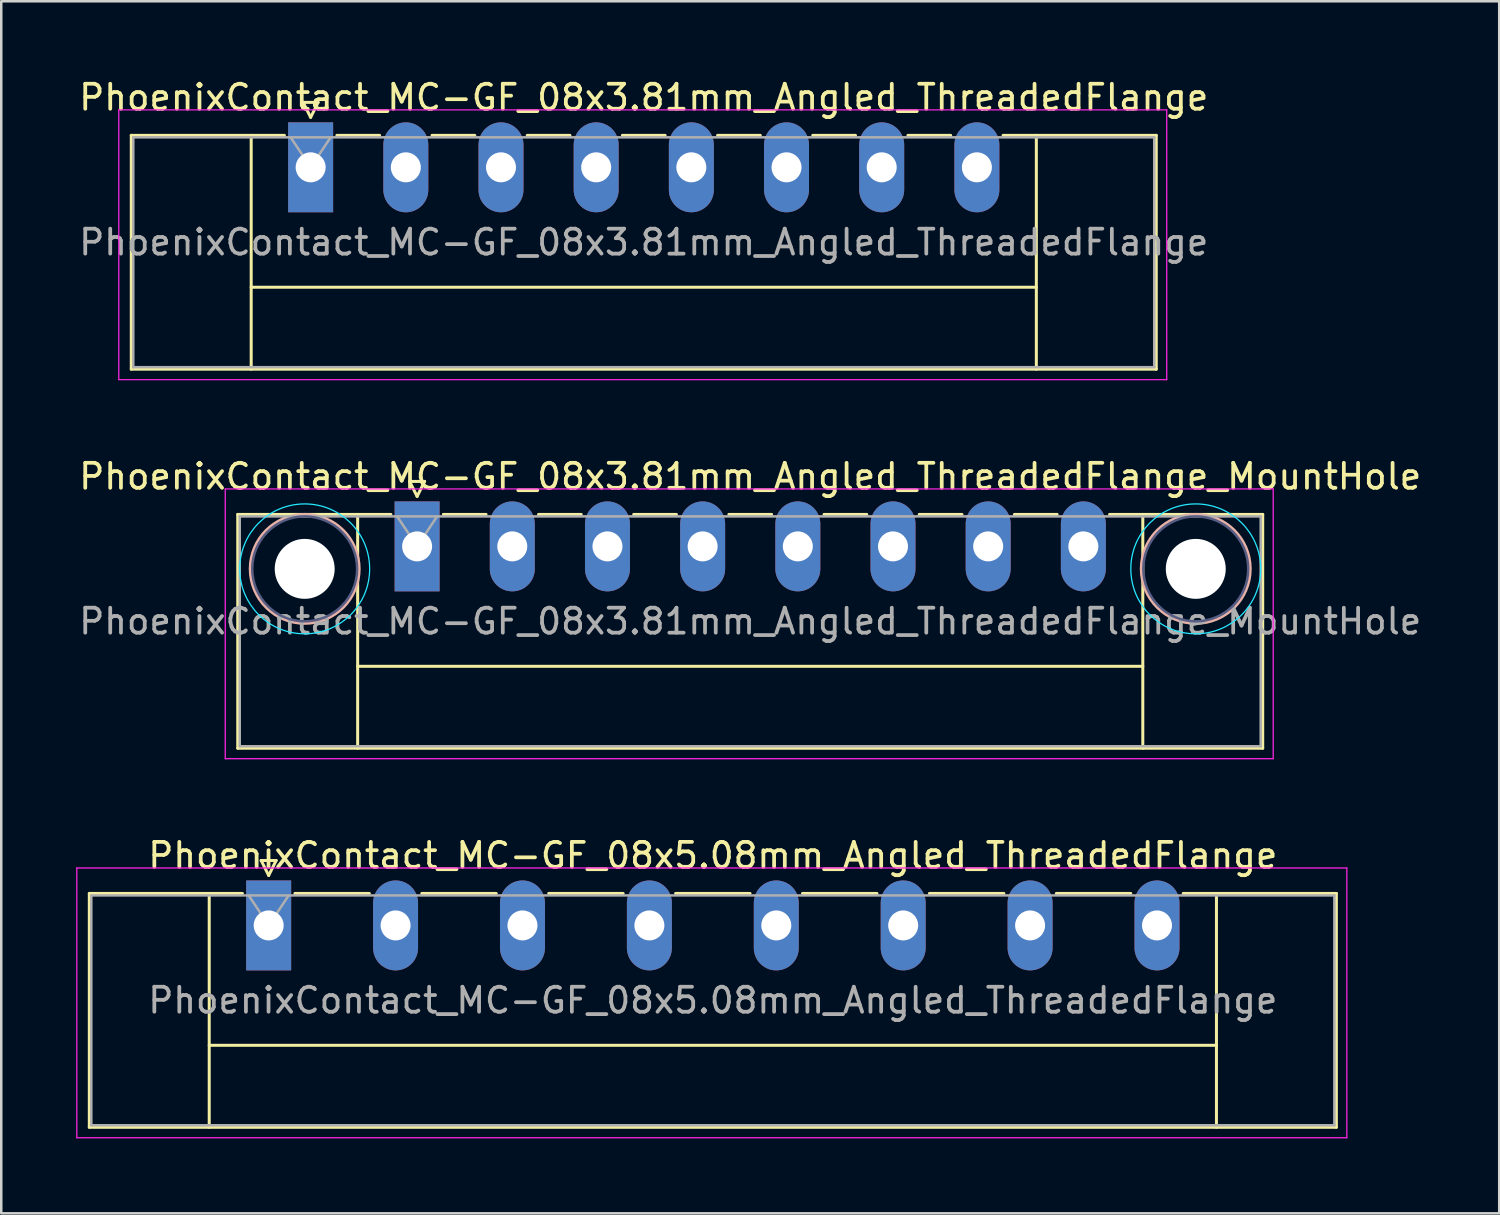
<source format=kicad_pcb>
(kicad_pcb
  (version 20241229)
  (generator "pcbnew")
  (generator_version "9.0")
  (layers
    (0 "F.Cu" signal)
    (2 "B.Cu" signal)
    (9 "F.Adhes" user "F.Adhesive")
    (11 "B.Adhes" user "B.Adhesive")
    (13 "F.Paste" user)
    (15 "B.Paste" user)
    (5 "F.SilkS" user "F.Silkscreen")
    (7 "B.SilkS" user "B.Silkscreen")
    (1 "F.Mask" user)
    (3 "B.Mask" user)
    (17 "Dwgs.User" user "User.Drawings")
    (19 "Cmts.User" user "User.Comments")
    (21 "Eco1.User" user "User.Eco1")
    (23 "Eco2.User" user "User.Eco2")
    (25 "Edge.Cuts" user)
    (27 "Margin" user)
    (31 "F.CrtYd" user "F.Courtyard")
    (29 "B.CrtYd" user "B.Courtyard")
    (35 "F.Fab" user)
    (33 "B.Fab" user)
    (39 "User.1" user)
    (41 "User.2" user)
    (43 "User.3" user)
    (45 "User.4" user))
  (footprint "PhoenixContact_MC-GF_08x5.08mm_Angled_ThreadedFlange"
    (layer "F.Cu")
    (at 7.705 33.995)
    (property "Reference" "PhoenixContact_MC-GF_08x5.08mm_Angled_ThreadedFlange" (at 17.78 -2.8 0) (layer "F.SilkS") (effects (font (size 1 1) (thickness 0.15))))
    (attr through_hole)
    (fp_line (start -7.18 -1.28) (end -7.18 8.08) (stroke (width 0.12) (type solid)) (layer "F.SilkS"))
    (fp_line (start -7.18 -1.28) (end -1.05 -1.28) (stroke (width 0.12) (type solid)) (layer "F.SilkS"))
    (fp_line (start -7.18 8.08) (end 42.74 8.08) (stroke (width 0.12) (type solid)) (layer "F.SilkS"))
    (fp_line (start -2.38 -1.28) (end -2.38 8.08) (stroke (width 0.12) (type solid)) (layer "F.SilkS"))
    (fp_line (start -2.38 4.8) (end 37.94 4.8) (stroke (width 0.12) (type solid)) (layer "F.SilkS"))
    (fp_line (start -0.3 -2.6) (end 0.3 -2.6) (stroke (width 0.12) (type solid)) (layer "F.SilkS"))
    (fp_line (start 0 -2) (end -0.3 -2.6) (stroke (width 0.12) (type solid)) (layer "F.SilkS"))
    (fp_line (start 0.3 -2.6) (end 0 -2) (stroke (width 0.12) (type solid)) (layer "F.SilkS"))
    (fp_line (start 1.05 -1.28) (end 4.03 -1.28) (stroke (width 0.12) (type solid)) (layer "F.SilkS"))
    (fp_line (start 6.13 -1.28) (end 9.11 -1.28) (stroke (width 0.12) (type solid)) (layer "F.SilkS"))
    (fp_line (start 11.21 -1.28) (end 14.19 -1.28) (stroke (width 0.12) (type solid)) (layer "F.SilkS"))
    (fp_line (start 16.29 -1.28) (end 19.27 -1.28) (stroke (width 0.12) (type solid)) (layer "F.SilkS"))
    (fp_line (start 21.37 -1.28) (end 24.35 -1.28) (stroke (width 0.12) (type solid)) (layer "F.SilkS"))
    (fp_line (start 26.45 -1.28) (end 29.43 -1.28) (stroke (width 0.12) (type solid)) (layer "F.SilkS"))
    (fp_line (start 31.53 -1.28) (end 34.51 -1.28) (stroke (width 0.12) (type solid)) (layer "F.SilkS"))
    (fp_line (start 37.94 -1.28) (end 37.94 8.08) (stroke (width 0.12) (type solid)) (layer "F.SilkS"))
    (fp_line (start 42.74 -1.28) (end 36.61 -1.28) (stroke (width 0.12) (type solid)) (layer "F.SilkS"))
    (fp_line (start 42.74 8.08) (end 42.74 -1.28) (stroke (width 0.12) (type solid)) (layer "F.SilkS"))
    (fp_line (start -7.68 -2.3) (end -7.68 8.5) (stroke (width 0.05) (type solid)) (layer "F.CrtYd"))
    (fp_line (start -7.68 8.5) (end 43.16 8.5) (stroke (width 0.05) (type solid)) (layer "F.CrtYd"))
    (fp_line (start 43.16 -2.3) (end -7.68 -2.3) (stroke (width 0.05) (type solid)) (layer "F.CrtYd"))
    (fp_line (start 43.16 8.5) (end 43.16 -2.3) (stroke (width 0.05) (type solid)) (layer "F.CrtYd"))
    (fp_line (start -7.1 -1.2) (end -7.1 8) (stroke (width 0.1) (type solid)) (layer "F.Fab"))
    (fp_line (start -7.1 8) (end 42.66 8) (stroke (width 0.1) (type solid)) (layer "F.Fab"))
    (fp_line (start 0 0) (end -0.8 -1.2) (stroke (width 0.1) (type solid)) (layer "F.Fab"))
    (fp_line (start 0.8 -1.2) (end 0 0) (stroke (width 0.1) (type solid)) (layer "F.Fab"))
    (fp_line (start 42.66 -1.2) (end -7.1 -1.2) (stroke (width 0.1) (type solid)) (layer "F.Fab"))
    (fp_line (start 42.66 8) (end 42.66 -1.2) (stroke (width 0.1) (type solid)) (layer "F.Fab"))
    (fp_text user "${REFERENCE}" (at 17.78 3 0) (layer "F.Fab") (effects (font (size 1 1) (thickness 0.15))))
    (pad "1" thru_hole rect (at 0 0) (size 1.8 3.6) (drill 1.2) (layers "*.Cu" "*.Mask"))
    (pad "2" thru_hole oval (at 5.08 0) (size 1.8 3.6) (drill 1.2) (layers "*.Cu" "*.Mask"))
    (pad "3" thru_hole oval (at 10.16 0) (size 1.8 3.6) (drill 1.2) (layers "*.Cu" "*.Mask"))
    (pad "4" thru_hole oval (at 15.24 0) (size 1.8 3.6) (drill 1.2) (layers "*.Cu" "*.Mask"))
    (pad "5" thru_hole oval (at 20.32 0) (size 1.8 3.6) (drill 1.2) (layers "*.Cu" "*.Mask"))
    (pad "6" thru_hole oval (at 25.4 0) (size 1.8 3.6) (drill 1.2) (layers "*.Cu" "*.Mask"))
    (pad "7" thru_hole oval (at 30.48 0) (size 1.8 3.6) (drill 1.2) (layers "*.Cu" "*.Mask"))
    (pad "8" thru_hole oval (at 35.56 0) (size 1.8 3.6) (drill 1.2) (layers "*.Cu" "*.Mask")))
  (footprint "PhoenixContact_MC-GF_08x3.81mm_Angled_ThreadedFlange"
    (layer "F.Cu")
    (at 9.385 3.648)
    (property "Reference" "PhoenixContact_MC-GF_08x3.81mm_Angled_ThreadedFlange" (at 13.335 -2.8 0) (layer "F.SilkS") (effects (font (size 1 1) (thickness 0.15))))
    (attr through_hole)
    (fp_line (start -7.18 -1.28) (end -7.18 8.08) (stroke (width 0.12) (type solid)) (layer "F.SilkS"))
    (fp_line (start -7.18 -1.28) (end -1.05 -1.28) (stroke (width 0.12) (type solid)) (layer "F.SilkS"))
    (fp_line (start -7.18 8.08) (end 33.85 8.08) (stroke (width 0.12) (type solid)) (layer "F.SilkS"))
    (fp_line (start -2.38 -1.28) (end -2.38 8.08) (stroke (width 0.12) (type solid)) (layer "F.SilkS"))
    (fp_line (start -2.38 4.8) (end 29.05 4.8) (stroke (width 0.12) (type solid)) (layer "F.SilkS"))
    (fp_line (start -0.3 -2.6) (end 0.3 -2.6) (stroke (width 0.12) (type solid)) (layer "F.SilkS"))
    (fp_line (start 0 -2) (end -0.3 -2.6) (stroke (width 0.12) (type solid)) (layer "F.SilkS"))
    (fp_line (start 0.3 -2.6) (end 0 -2) (stroke (width 0.12) (type solid)) (layer "F.SilkS"))
    (fp_line (start 1.05 -1.28) (end 2.76 -1.28) (stroke (width 0.12) (type solid)) (layer "F.SilkS"))
    (fp_line (start 4.86 -1.28) (end 6.57 -1.28) (stroke (width 0.12) (type solid)) (layer "F.SilkS"))
    (fp_line (start 8.67 -1.28) (end 10.38 -1.28) (stroke (width 0.12) (type solid)) (layer "F.SilkS"))
    (fp_line (start 12.48 -1.28) (end 14.19 -1.28) (stroke (width 0.12) (type solid)) (layer "F.SilkS"))
    (fp_line (start 16.29 -1.28) (end 18 -1.28) (stroke (width 0.12) (type solid)) (layer "F.SilkS"))
    (fp_line (start 20.1 -1.28) (end 21.81 -1.28) (stroke (width 0.12) (type solid)) (layer "F.SilkS"))
    (fp_line (start 23.91 -1.28) (end 25.62 -1.28) (stroke (width 0.12) (type solid)) (layer "F.SilkS"))
    (fp_line (start 29.05 -1.28) (end 29.05 8.08) (stroke (width 0.12) (type solid)) (layer "F.SilkS"))
    (fp_line (start 33.85 -1.28) (end 27.72 -1.28) (stroke (width 0.12) (type solid)) (layer "F.SilkS"))
    (fp_line (start 33.85 8.08) (end 33.85 -1.28) (stroke (width 0.12) (type solid)) (layer "F.SilkS"))
    (fp_line (start -7.68 -2.3) (end -7.68 8.5) (stroke (width 0.05) (type solid)) (layer "F.CrtYd"))
    (fp_line (start -7.68 8.5) (end 34.27 8.5) (stroke (width 0.05) (type solid)) (layer "F.CrtYd"))
    (fp_line (start 34.27 -2.3) (end -7.68 -2.3) (stroke (width 0.05) (type solid)) (layer "F.CrtYd"))
    (fp_line (start 34.27 8.5) (end 34.27 -2.3) (stroke (width 0.05) (type solid)) (layer "F.CrtYd"))
    (fp_line (start -7.1 -1.2) (end -7.1 8) (stroke (width 0.1) (type solid)) (layer "F.Fab"))
    (fp_line (start -7.1 8) (end 33.77 8) (stroke (width 0.1) (type solid)) (layer "F.Fab"))
    (fp_line (start 0 0) (end -0.8 -1.2) (stroke (width 0.1) (type solid)) (layer "F.Fab"))
    (fp_line (start 0.8 -1.2) (end 0 0) (stroke (width 0.1) (type solid)) (layer "F.Fab"))
    (fp_line (start 33.77 -1.2) (end -7.1 -1.2) (stroke (width 0.1) (type solid)) (layer "F.Fab"))
    (fp_line (start 33.77 8) (end 33.77 -1.2) (stroke (width 0.1) (type solid)) (layer "F.Fab"))
    (fp_text user "${REFERENCE}" (at 13.335 3 0) (layer "F.Fab") (effects (font (size 1 1) (thickness 0.15))))
    (pad "1" thru_hole rect (at 0 0) (size 1.8 3.6) (drill 1.2) (layers "*.Cu" "*.Mask"))
    (pad "2" thru_hole oval (at 3.81 0) (size 1.8 3.6) (drill 1.2) (layers "*.Cu" "*.Mask"))
    (pad "3" thru_hole oval (at 7.62 0) (size 1.8 3.6) (drill 1.2) (layers "*.Cu" "*.Mask"))
    (pad "4" thru_hole oval (at 11.43 0) (size 1.8 3.6) (drill 1.2) (layers "*.Cu" "*.Mask"))
    (pad "5" thru_hole oval (at 15.24 0) (size 1.8 3.6) (drill 1.2) (layers "*.Cu" "*.Mask"))
    (pad "6" thru_hole oval (at 19.05 0) (size 1.8 3.6) (drill 1.2) (layers "*.Cu" "*.Mask"))
    (pad "7" thru_hole oval (at 22.86 0) (size 1.8 3.6) (drill 1.2) (layers "*.Cu" "*.Mask"))
    (pad "8" thru_hole oval (at 26.67 0) (size 1.8 3.6) (drill 1.2) (layers "*.Cu" "*.Mask")))
  (footprint "PhoenixContact_MC-GF_08x3.81mm_Angled_ThreadedFlange_MountHole"
    (layer "F.Cu")
    (at 13.647 18.822)
    (property "Reference" "PhoenixContact_MC-GF_08x3.81mm_Angled_ThreadedFlange_MountHole" (at 13.335 -2.8 0) (layer "F.SilkS") (effects (font (size 1 1) (thickness 0.15))))
    (attr through_hole)
    (fp_line (start -7.18 -1.28) (end -7.18 8.08) (stroke (width 0.12) (type solid)) (layer "F.SilkS"))
    (fp_line (start -7.18 -1.28) (end -1.05 -1.28) (stroke (width 0.12) (type solid)) (layer "F.SilkS"))
    (fp_line (start -7.18 8.08) (end 33.85 8.08) (stroke (width 0.12) (type solid)) (layer "F.SilkS"))
    (fp_line (start -2.38 -1.28) (end -2.38 8.08) (stroke (width 0.12) (type solid)) (layer "F.SilkS"))
    (fp_line (start -2.38 4.8) (end 29.05 4.8) (stroke (width 0.12) (type solid)) (layer "F.SilkS"))
    (fp_line (start -0.3 -2.6) (end 0.3 -2.6) (stroke (width 0.12) (type solid)) (layer "F.SilkS"))
    (fp_line (start 0 -2) (end -0.3 -2.6) (stroke (width 0.12) (type solid)) (layer "F.SilkS"))
    (fp_line (start 0.3 -2.6) (end 0 -2) (stroke (width 0.12) (type solid)) (layer "F.SilkS"))
    (fp_line (start 1.05 -1.28) (end 2.76 -1.28) (stroke (width 0.12) (type solid)) (layer "F.SilkS"))
    (fp_line (start 4.86 -1.28) (end 6.57 -1.28) (stroke (width 0.12) (type solid)) (layer "F.SilkS"))
    (fp_line (start 8.67 -1.28) (end 10.38 -1.28) (stroke (width 0.12) (type solid)) (layer "F.SilkS"))
    (fp_line (start 12.48 -1.28) (end 14.19 -1.28) (stroke (width 0.12) (type solid)) (layer "F.SilkS"))
    (fp_line (start 16.29 -1.28) (end 18 -1.28) (stroke (width 0.12) (type solid)) (layer "F.SilkS"))
    (fp_line (start 20.1 -1.28) (end 21.81 -1.28) (stroke (width 0.12) (type solid)) (layer "F.SilkS"))
    (fp_line (start 23.91 -1.28) (end 25.62 -1.28) (stroke (width 0.12) (type solid)) (layer "F.SilkS"))
    (fp_line (start 29.05 -1.28) (end 29.05 8.08) (stroke (width 0.12) (type solid)) (layer "F.SilkS"))
    (fp_line (start 33.85 -1.28) (end 27.72 -1.28) (stroke (width 0.12) (type solid)) (layer "F.SilkS"))
    (fp_line (start 33.85 8.08) (end 33.85 -1.28) (stroke (width 0.12) (type solid)) (layer "F.SilkS"))
    (fp_circle (center -4.5 0.9) (end -2.32 0.9) (stroke (width 0.12) (type solid)) (fill no) (layer "B.SilkS"))
    (fp_circle (center 31.17 0.9) (end 33.35 0.9) (stroke (width 0.12) (type solid)) (fill no) (layer "B.SilkS"))
    (fp_circle (center -4.5 0.9) (end -1.9 0.9) (stroke (width 0.05) (type solid)) (fill no) (layer "B.CrtYd"))
    (fp_circle (center 31.17 0.9) (end 33.77 0.9) (stroke (width 0.05) (type solid)) (fill no) (layer "B.CrtYd"))
    (fp_line (start -7.68 -2.3) (end -7.68 8.5) (stroke (width 0.05) (type solid)) (layer "F.CrtYd"))
    (fp_line (start -7.68 8.5) (end 34.27 8.5) (stroke (width 0.05) (type solid)) (layer "F.CrtYd"))
    (fp_line (start 34.27 -2.3) (end -7.68 -2.3) (stroke (width 0.05) (type solid)) (layer "F.CrtYd"))
    (fp_line (start 34.27 8.5) (end 34.27 -2.3) (stroke (width 0.05) (type solid)) (layer "F.CrtYd"))
    (fp_circle (center -4.5 0.9) (end -2.4 0.9) (stroke (width 0.1) (type solid)) (fill no) (layer "B.Fab"))
    (fp_circle (center 31.17 0.9) (end 33.27 0.9) (stroke (width 0.1) (type solid)) (fill no) (layer "B.Fab"))
    (fp_line (start -7.1 -1.2) (end -7.1 8) (stroke (width 0.1) (type solid)) (layer "F.Fab"))
    (fp_line (start -7.1 8) (end 33.77 8) (stroke (width 0.1) (type solid)) (layer "F.Fab"))
    (fp_line (start 0 0) (end -0.8 -1.2) (stroke (width 0.1) (type solid)) (layer "F.Fab"))
    (fp_line (start 0.8 -1.2) (end 0 0) (stroke (width 0.1) (type solid)) (layer "F.Fab"))
    (fp_line (start 33.77 -1.2) (end -7.1 -1.2) (stroke (width 0.1) (type solid)) (layer "F.Fab"))
    (fp_line (start 33.77 8) (end 33.77 -1.2) (stroke (width 0.1) (type solid)) (layer "F.Fab"))
    (fp_text user "${REFERENCE}" (at 13.335 3 0) (layer "F.Fab") (effects (font (size 1 1) (thickness 0.15))))
    (pad "" np_thru_hole circle (at -4.5 0.9) (size 2.4 2.4) (drill 2.4) (layers "*.Cu" "*.Mask"))
    (pad "" np_thru_hole circle (at 31.17 0.9) (size 2.4 2.4) (drill 2.4) (layers "*.Cu" "*.Mask"))
    (pad "1" thru_hole rect (at 0 0) (size 1.8 3.6) (drill 1.2) (layers "*.Cu" "*.Mask"))
    (pad "2" thru_hole oval (at 3.81 0) (size 1.8 3.6) (drill 1.2) (layers "*.Cu" "*.Mask"))
    (pad "3" thru_hole oval (at 7.62 0) (size 1.8 3.6) (drill 1.2) (layers "*.Cu" "*.Mask"))
    (pad "4" thru_hole oval (at 11.43 0) (size 1.8 3.6) (drill 1.2) (layers "*.Cu" "*.Mask"))
    (pad "5" thru_hole oval (at 15.24 0) (size 1.8 3.6) (drill 1.2) (layers "*.Cu" "*.Mask"))
    (pad "6" thru_hole oval (at 19.05 0) (size 1.8 3.6) (drill 1.2) (layers "*.Cu" "*.Mask"))
    (pad "7" thru_hole oval (at 22.86 0) (size 1.8 3.6) (drill 1.2) (layers "*.Cu" "*.Mask"))
    (pad "8" thru_hole oval (at 26.67 0) (size 1.8 3.6) (drill 1.2) (layers "*.Cu" "*.Mask")))
  (gr_rect
    (start -3 -3)
    (end 56.964 45.52)
    (stroke (width 0.1) (type default))
    (fill no)
    (layer "Edge.Cuts")))
</source>
